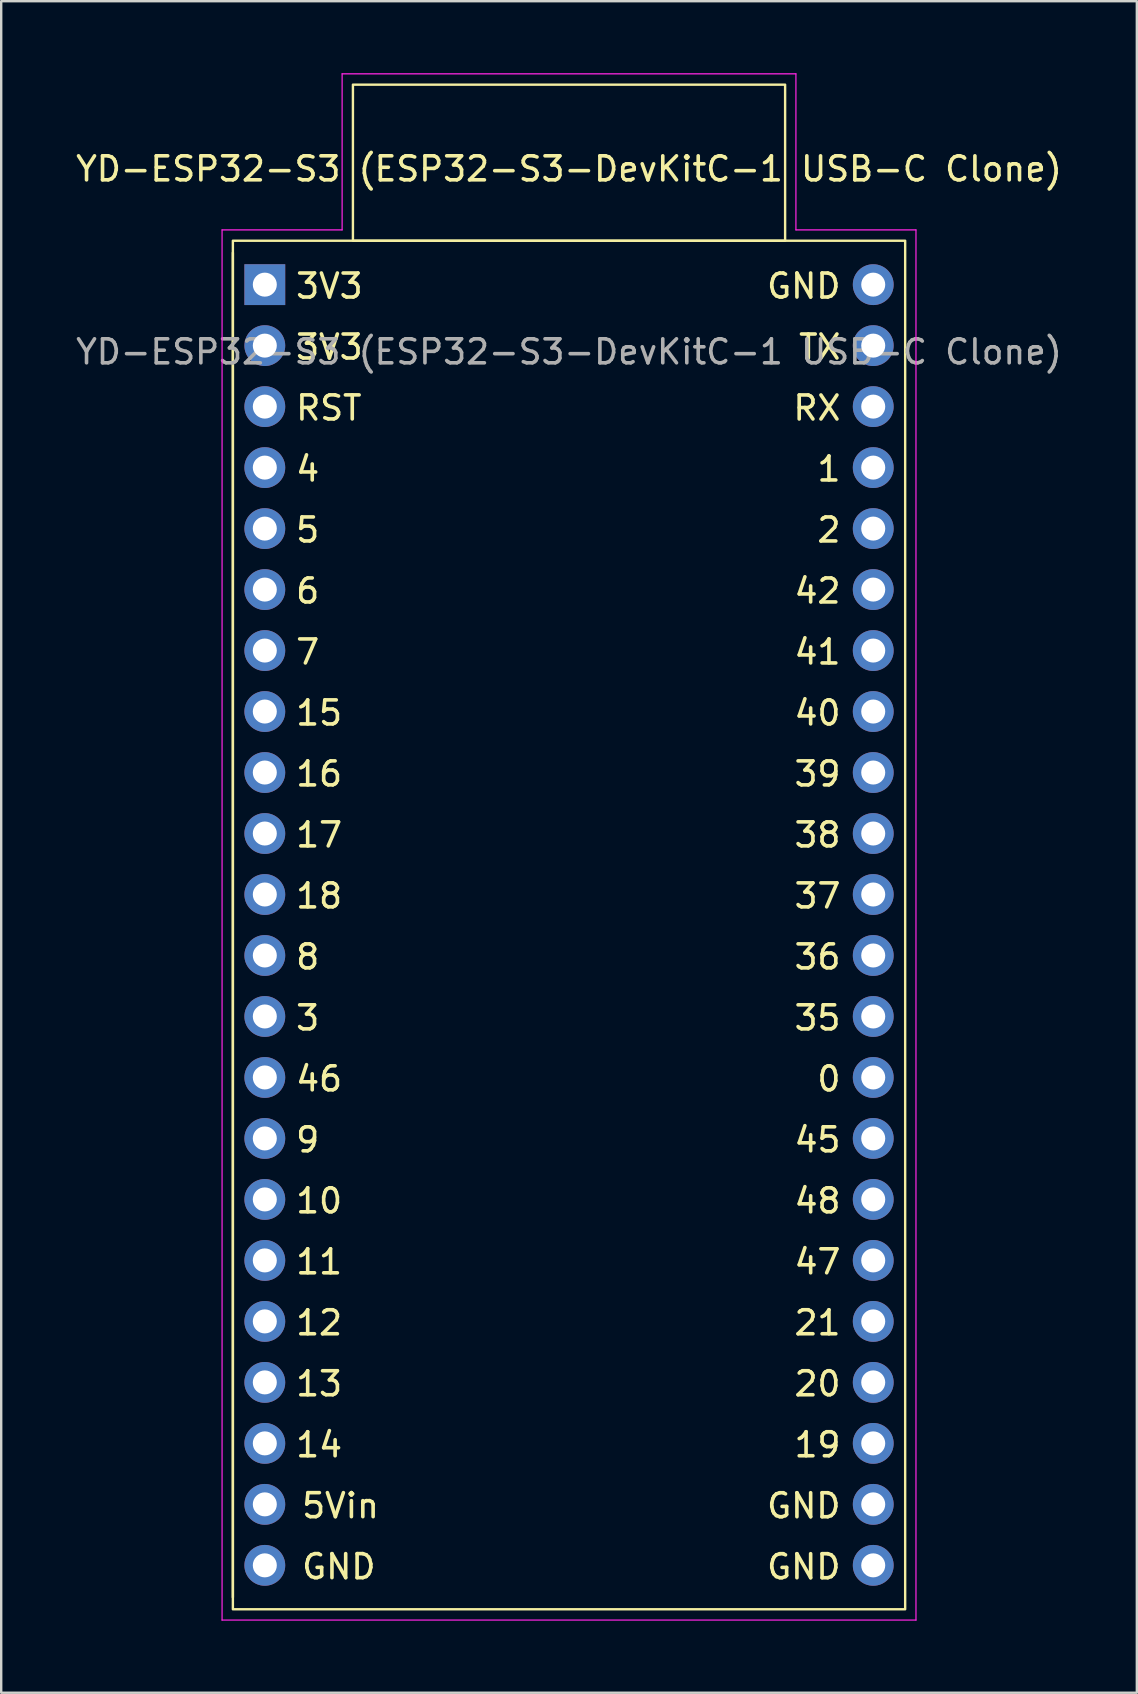
<source format=kicad_pcb>
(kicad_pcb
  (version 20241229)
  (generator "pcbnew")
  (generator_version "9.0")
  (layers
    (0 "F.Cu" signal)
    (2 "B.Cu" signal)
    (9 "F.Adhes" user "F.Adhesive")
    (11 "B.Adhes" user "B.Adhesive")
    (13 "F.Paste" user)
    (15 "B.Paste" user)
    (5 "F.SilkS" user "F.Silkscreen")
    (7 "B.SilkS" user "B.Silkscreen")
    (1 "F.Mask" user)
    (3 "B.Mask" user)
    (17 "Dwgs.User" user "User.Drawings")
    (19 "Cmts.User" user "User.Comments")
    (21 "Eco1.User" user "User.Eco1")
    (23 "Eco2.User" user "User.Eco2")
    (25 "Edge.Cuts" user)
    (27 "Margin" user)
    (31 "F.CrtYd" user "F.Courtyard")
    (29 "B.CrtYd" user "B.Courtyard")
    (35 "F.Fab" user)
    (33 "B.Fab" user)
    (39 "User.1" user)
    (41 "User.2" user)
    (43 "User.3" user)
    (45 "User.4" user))
  (footprint "YD-ESP32-S3 (ESP32-S3-DevKitC-1 USB-C Clone)"
    (layer "F.Cu")
    (at 6.199 6.525)
    (property "Reference" "YD-ESP32-S3 (ESP32-S3-DevKitC-1 USB-C Clone)" (at 14.45 -2.54 0) (unlocked yes) (layer "F.SilkS") (effects (font (size 1 1) (thickness 0.15))))
    (attr through_hole)
    (fp_line (start 0.45 0.95) (end 0.45 56.95) (stroke (width 0.1) (type solid)) (layer "F.SilkS"))
    (fp_rect (start 0.45 0.45) (end 28.45 57.45) (stroke (width 0.1) (type default)) (fill no) (layer "F.SilkS"))
    (fp_rect (start 5.45 -6.05) (end 23.45 0.45) (stroke (width 0.1) (type default)) (fill no) (layer "F.SilkS"))
    (fp_line (start 0 0) (end 5 0) (stroke (width 0.05) (type default)) (layer "F.CrtYd"))
    (fp_line (start 0 57.9) (end 0 0) (stroke (width 0.05) (type default)) (layer "F.CrtYd"))
    (fp_line (start 5 -6.5) (end 23.9 -6.5) (stroke (width 0.05) (type default)) (layer "F.CrtYd"))
    (fp_line (start 5 0) (end 5 -6.5) (stroke (width 0.05) (type default)) (layer "F.CrtYd"))
    (fp_line (start 23.9 -6.5) (end 23.9 0) (stroke (width 0.05) (type default)) (layer "F.CrtYd"))
    (fp_line (start 23.9 0) (end 28.9 0) (stroke (width 0.05) (type default)) (layer "F.CrtYd"))
    (fp_line (start 28.9 0) (end 28.9 57.9) (stroke (width 0.05) (type default)) (layer "F.CrtYd"))
    (fp_line (start 28.9 57.9) (end 0 57.9) (stroke (width 0.05) (type default)) (layer "F.CrtYd"))
    (fp_text user "GND" (at 25.85 2.34 0) (unlocked yes) (layer "F.SilkS") (effects (font (size 1 1) (thickness 0.15)) (justify right)))
    (fp_text user "18" (at 2.99 27.74 0) (unlocked yes) (layer "F.SilkS") (effects (font (size 1 1) (thickness 0.15)) (justify left)))
    (fp_text user "10" (at 2.99 40.44 0) (unlocked yes) (layer "F.SilkS") (effects (font (size 1 1) (thickness 0.15)) (justify left)))
    (fp_text user "9" (at 2.99 37.9 0) (unlocked yes) (layer "F.SilkS") (effects (font (size 1 1) (thickness 0.15)) (justify left)))
    (fp_text user "17" (at 2.99 25.2 0) (unlocked yes) (layer "F.SilkS") (effects (font (size 1 1) (thickness 0.15)) (justify left)))
    (fp_text user "11" (at 2.99 42.98 0) (unlocked yes) (layer "F.SilkS") (effects (font (size 1 1) (thickness 0.15)) (justify left)))
    (fp_text user "7" (at 2.99 17.58 0) (unlocked yes) (layer "F.SilkS") (effects (font (size 1 1) (thickness 0.15)) (justify left)))
    (fp_text user "46" (at 2.99 35.36 0) (unlocked yes) (layer "F.SilkS") (effects (font (size 1 1) (thickness 0.15)) (justify left)))
    (fp_text user "21" (at 25.85 45.52 0) (unlocked yes) (layer "F.SilkS") (effects (font (size 1 1) (thickness 0.15)) (justify right)))
    (fp_text user "GND" (at 3.24 55.677 0) (unlocked yes) (layer "F.SilkS") (effects (font (size 1 1) (thickness 0.15)) (justify left)))
    (fp_text user "3V3" (at 2.99 4.88 0) (unlocked yes) (layer "F.SilkS") (effects (font (size 1 1) (thickness 0.15)) (justify left)))
    (fp_text user "4" (at 2.99 9.96 0) (unlocked yes) (layer "F.SilkS") (effects (font (size 1 1) (thickness 0.15)) (justify left)))
    (fp_text user "12" (at 2.99 45.52 0) (unlocked yes) (layer "F.SilkS") (effects (font (size 1 1) (thickness 0.15)) (justify left)))
    (fp_text user "45" (at 25.85 37.9 0) (unlocked yes) (layer "F.SilkS") (effects (font (size 1 1) (thickness 0.15)) (justify right)))
    (fp_text user "3" (at 2.99 32.82 0) (unlocked yes) (layer "F.SilkS") (effects (font (size 1 1) (thickness 0.15)) (justify left)))
    (fp_text user "3V3" (at 2.99 2.34 0) (unlocked yes) (layer "F.SilkS") (effects (font (size 1 1) (thickness 0.15)) (justify left)))
    (fp_text user "40" (at 25.85 20.12 0) (unlocked yes) (layer "F.SilkS") (effects (font (size 1 1) (thickness 0.15)) (justify right)))
    (fp_text user "5Vin" (at 3.24 53.137 0) (unlocked yes) (layer "F.SilkS") (effects (font (size 1 1) (thickness 0.15)) (justify left)))
    (fp_text user "41" (at 25.85 17.58 0) (unlocked yes) (layer "F.SilkS") (effects (font (size 1 1) (thickness 0.15)) (justify right)))
    (fp_text user "RST" (at 2.99 7.417 0) (unlocked yes) (layer "F.SilkS") (effects (font (size 1 1) (thickness 0.15)) (justify left)))
    (fp_text user "5" (at 2.99 12.5 0) (unlocked yes) (layer "F.SilkS") (effects (font (size 1 1) (thickness 0.15)) (justify left)))
    (fp_text user "GND" (at 25.85 53.14 0) (unlocked yes) (layer "F.SilkS") (effects (font (size 1 1) (thickness 0.15)) (justify right)))
    (fp_text user "15" (at 2.99 20.12 0) (unlocked yes) (layer "F.SilkS") (effects (font (size 1 1) (thickness 0.15)) (justify left)))
    (fp_text user "16" (at 2.99 22.66 0) (unlocked yes) (layer "F.SilkS") (effects (font (size 1 1) (thickness 0.15)) (justify left)))
    (fp_text user "48" (at 25.85 40.44 0) (unlocked yes) (layer "F.SilkS") (effects (font (size 1 1) (thickness 0.15)) (justify right)))
    (fp_text user "36" (at 25.85 30.28 0) (unlocked yes) (layer "F.SilkS") (effects (font (size 1 1) (thickness 0.15)) (justify right)))
    (fp_text user "6" (at 2.99 15.04 0) (unlocked yes) (layer "F.SilkS") (effects (font (size 1 1) (thickness 0.15)) (justify left)))
    (fp_text user "39" (at 25.85 22.66 0) (unlocked yes) (layer "F.SilkS") (effects (font (size 1 1) (thickness 0.15)) (justify right)))
    (fp_text user "1" (at 25.85 9.96 0) (unlocked yes) (layer "F.SilkS") (effects (font (size 1 1) (thickness 0.15)) (justify right)))
    (fp_text user "37" (at 25.85 27.74 0) (unlocked yes) (layer "F.SilkS") (effects (font (size 1 1) (thickness 0.15)) (justify right)))
    (fp_text user "RX" (at 25.85 7.42 0) (unlocked yes) (layer "F.SilkS") (effects (font (size 1 1) (thickness 0.15)) (justify right)))
    (fp_text user "8" (at 2.99 30.28 0) (unlocked yes) (layer "F.SilkS") (effects (font (size 1 1) (thickness 0.15)) (justify left)))
    (fp_text user "19" (at 25.85 50.6 0) (unlocked yes) (layer "F.SilkS") (effects (font (size 1 1) (thickness 0.15)) (justify right)))
    (fp_text user "13" (at 2.99 48.06 0) (unlocked yes) (layer "F.SilkS") (effects (font (size 1 1) (thickness 0.15)) (justify left)))
    (fp_text user "0" (at 25.85 35.36 0) (unlocked yes) (layer "F.SilkS") (effects (font (size 1 1) (thickness 0.15)) (justify right)))
    (fp_text user "42" (at 25.85 15.04 0) (unlocked yes) (layer "F.SilkS") (effects (font (size 1 1) (thickness 0.15)) (justify right)))
    (fp_text user "47" (at 25.85 42.98 0) (unlocked yes) (layer "F.SilkS") (effects (font (size 1 1) (thickness 0.15)) (justify right)))
    (fp_text user "TX" (at 25.85 4.88 0) (unlocked yes) (layer "F.SilkS") (effects (font (size 1 1) (thickness 0.15)) (justify right)))
    (fp_text user "20" (at 25.85 48.06 0) (unlocked yes) (layer "F.SilkS") (effects (font (size 1 1) (thickness 0.15)) (justify right)))
    (fp_text user "38" (at 25.85 25.2 0) (unlocked yes) (layer "F.SilkS") (effects (font (size 1 1) (thickness 0.15)) (justify right)))
    (fp_text user "2" (at 25.85 12.5 0) (unlocked yes) (layer "F.SilkS") (effects (font (size 1 1) (thickness 0.15)) (justify right)))
    (fp_text user "GND" (at 25.85 55.68 0) (unlocked yes) (layer "F.SilkS") (effects (font (size 1 1) (thickness 0.15)) (justify right)))
    (fp_text user "14" (at 2.99 50.6 0) (unlocked yes) (layer "F.SilkS") (effects (font (size 1 1) (thickness 0.15)) (justify left)))
    (fp_text user "35" (at 25.85 32.82 0) (unlocked yes) (layer "F.SilkS") (effects (font (size 1 1) (thickness 0.15)) (justify right)))
    (fp_text user "${REFERENCE}" (at 14.45 5.08 0) (unlocked yes) (layer "F.Fab") (effects (font (size 1 1) (thickness 0.15))))
    (pad "1" thru_hole rect (at 1.78 2.28) (size 1.7 1.7) (drill 1) (layers "*.Cu" "*.Mask"))
    (pad "2" thru_hole oval (at 1.78 4.82) (size 1.7 1.7) (drill 1) (layers "*.Cu" "*.Mask"))
    (pad "3" thru_hole oval (at 1.78 7.36) (size 1.7 1.7) (drill 1) (layers "*.Cu" "*.Mask"))
    (pad "4" thru_hole oval (at 1.78 9.9) (size 1.7 1.7) (drill 1) (layers "*.Cu" "*.Mask"))
    (pad "5" thru_hole oval (at 1.78 12.44) (size 1.7 1.7) (drill 1) (layers "*.Cu" "*.Mask"))
    (pad "6" thru_hole oval (at 1.78 14.98) (size 1.7 1.7) (drill 1) (layers "*.Cu" "*.Mask"))
    (pad "7" thru_hole oval (at 1.78 17.52) (size 1.7 1.7) (drill 1) (layers "*.Cu" "*.Mask"))
    (pad "8" thru_hole oval (at 1.78 20.06) (size 1.7 1.7) (drill 1) (layers "*.Cu" "*.Mask"))
    (pad "9" thru_hole oval (at 1.78 22.6) (size 1.7 1.7) (drill 1) (layers "*.Cu" "*.Mask"))
    (pad "10" thru_hole oval (at 1.78 25.14) (size 1.7 1.7) (drill 1) (layers "*.Cu" "*.Mask"))
    (pad "11" thru_hole oval (at 1.78 27.68) (size 1.7 1.7) (drill 1) (layers "*.Cu" "*.Mask"))
    (pad "12" thru_hole oval (at 1.78 30.22) (size 1.7 1.7) (drill 1) (layers "*.Cu" "*.Mask"))
    (pad "13" thru_hole oval (at 1.78 32.76) (size 1.7 1.7) (drill 1) (layers "*.Cu" "*.Mask"))
    (pad "14" thru_hole oval (at 1.78 35.3) (size 1.7 1.7) (drill 1) (layers "*.Cu" "*.Mask"))
    (pad "15" thru_hole oval (at 1.78 37.84) (size 1.7 1.7) (drill 1) (layers "*.Cu" "*.Mask"))
    (pad "16" thru_hole oval (at 1.78 40.38) (size 1.7 1.7) (drill 1) (layers "*.Cu" "*.Mask"))
    (pad "17" thru_hole oval (at 1.78 42.92) (size 1.7 1.7) (drill 1) (layers "*.Cu" "*.Mask"))
    (pad "18" thru_hole oval (at 1.78 45.46) (size 1.7 1.7) (drill 1) (layers "*.Cu" "*.Mask"))
    (pad "19" thru_hole oval (at 1.78 48) (size 1.7 1.7) (drill 1) (layers "*.Cu" "*.Mask"))
    (pad "20" thru_hole oval (at 1.78 50.54) (size 1.7 1.7) (drill 1) (layers "*.Cu" "*.Mask"))
    (pad "21" thru_hole oval (at 1.78 53.08) (size 1.7 1.7) (drill 1) (layers "*.Cu" "*.Mask"))
    (pad "22" thru_hole oval (at 1.78 55.62) (size 1.7 1.7) (drill 1) (layers "*.Cu" "*.Mask"))
    (pad "23" thru_hole oval (at 27.12 55.62) (size 1.7 1.7) (drill 1) (layers "*.Cu" "*.Mask"))
    (pad "24" thru_hole oval (at 27.12 53.08) (size 1.7 1.7) (drill 1) (layers "*.Cu" "*.Mask"))
    (pad "25" thru_hole oval (at 27.12 50.54) (size 1.7 1.7) (drill 1) (layers "*.Cu" "*.Mask"))
    (pad "26" thru_hole oval (at 27.12 48) (size 1.7 1.7) (drill 1) (layers "*.Cu" "*.Mask"))
    (pad "27" thru_hole oval (at 27.12 45.46) (size 1.7 1.7) (drill 1) (layers "*.Cu" "*.Mask"))
    (pad "28" thru_hole oval (at 27.12 42.92) (size 1.7 1.7) (drill 1) (layers "*.Cu" "*.Mask"))
    (pad "29" thru_hole oval (at 27.12 40.38) (size 1.7 1.7) (drill 1) (layers "*.Cu" "*.Mask"))
    (pad "30" thru_hole oval (at 27.12 37.84) (size 1.7 1.7) (drill 1) (layers "*.Cu" "*.Mask"))
    (pad "31" thru_hole oval (at 27.12 35.3) (size 1.7 1.7) (drill 1) (layers "*.Cu" "*.Mask"))
    (pad "32" thru_hole oval (at 27.12 32.76) (size 1.7 1.7) (drill 1) (layers "*.Cu" "*.Mask"))
    (pad "33" thru_hole oval (at 27.12 30.22) (size 1.7 1.7) (drill 1) (layers "*.Cu" "*.Mask"))
    (pad "34" thru_hole oval (at 27.12 27.68) (size 1.7 1.7) (drill 1) (layers "*.Cu" "*.Mask"))
    (pad "35" thru_hole oval (at 27.12 25.14) (size 1.7 1.7) (drill 1) (layers "*.Cu" "*.Mask"))
    (pad "36" thru_hole oval (at 27.12 22.6) (size 1.7 1.7) (drill 1) (layers "*.Cu" "*.Mask"))
    (pad "37" thru_hole oval (at 27.12 20.06) (size 1.7 1.7) (drill 1) (layers "*.Cu" "*.Mask"))
    (pad "38" thru_hole oval (at 27.12 17.52) (size 1.7 1.7) (drill 1) (layers "*.Cu" "*.Mask"))
    (pad "39" thru_hole oval (at 27.12 14.98) (size 1.7 1.7) (drill 1) (layers "*.Cu" "*.Mask"))
    (pad "40" thru_hole oval (at 27.12 12.44) (size 1.7 1.7) (drill 1) (layers "*.Cu" "*.Mask"))
    (pad "41" thru_hole oval (at 27.12 9.9) (size 1.7 1.7) (drill 1) (layers "*.Cu" "*.Mask"))
    (pad "42" thru_hole oval (at 27.12 7.36) (size 1.7 1.7) (drill 1) (layers "*.Cu" "*.Mask"))
    (pad "43" thru_hole oval (at 27.12 4.82) (size 1.7 1.7) (drill 1) (layers "*.Cu" "*.Mask"))
    (pad "44" thru_hole circle (at 27.12 2.28) (size 1.7 1.7) (drill 1) (layers "*.Cu" "*.Mask")))
  (gr_rect
    (start -3 -3)
    (end 44.298 67.45)
    (stroke (width 0.1) (type default))
    (fill no)
    (layer "Edge.Cuts")))
</source>
